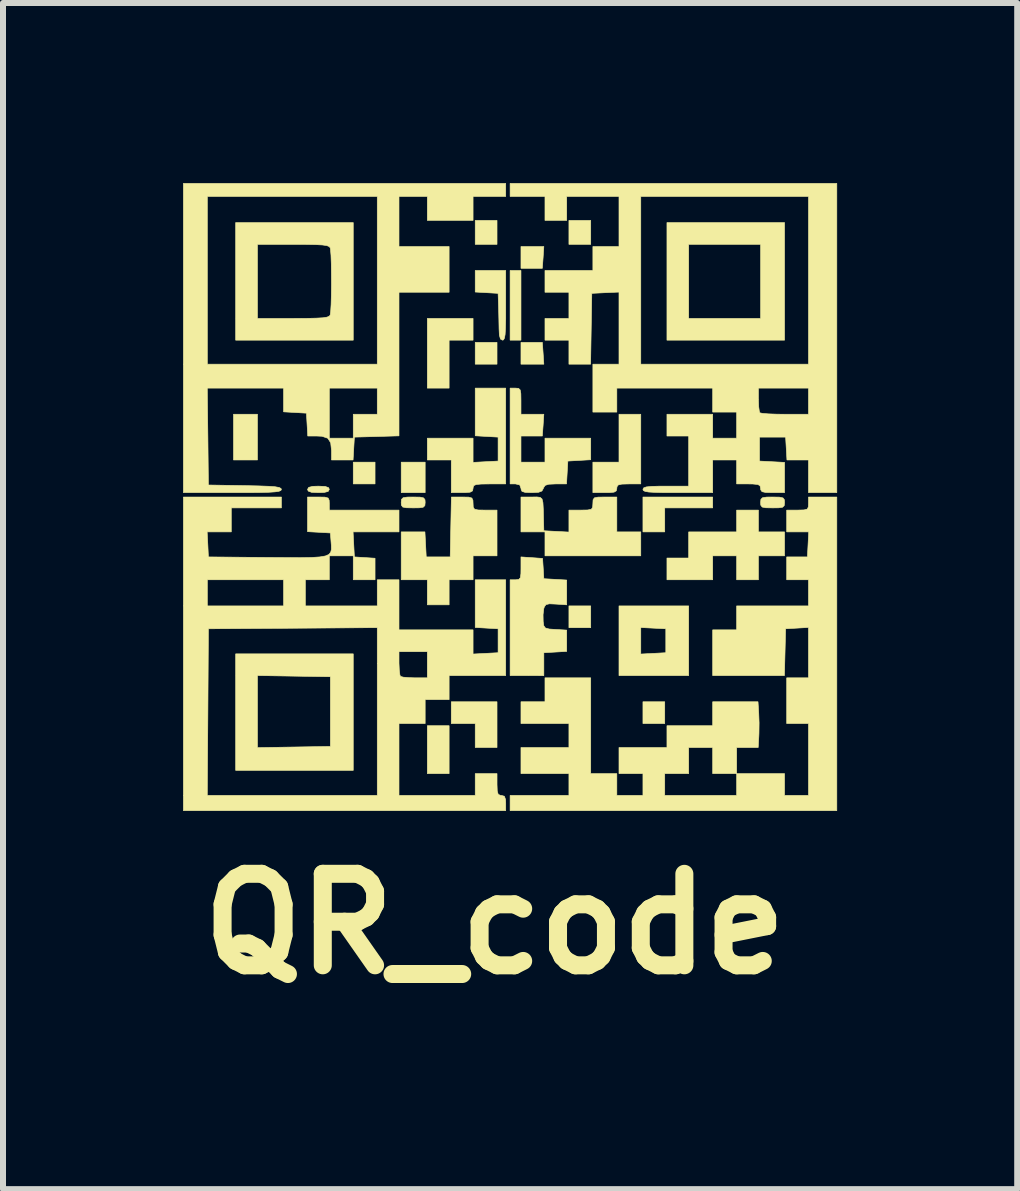
<source format=kicad_pcb>
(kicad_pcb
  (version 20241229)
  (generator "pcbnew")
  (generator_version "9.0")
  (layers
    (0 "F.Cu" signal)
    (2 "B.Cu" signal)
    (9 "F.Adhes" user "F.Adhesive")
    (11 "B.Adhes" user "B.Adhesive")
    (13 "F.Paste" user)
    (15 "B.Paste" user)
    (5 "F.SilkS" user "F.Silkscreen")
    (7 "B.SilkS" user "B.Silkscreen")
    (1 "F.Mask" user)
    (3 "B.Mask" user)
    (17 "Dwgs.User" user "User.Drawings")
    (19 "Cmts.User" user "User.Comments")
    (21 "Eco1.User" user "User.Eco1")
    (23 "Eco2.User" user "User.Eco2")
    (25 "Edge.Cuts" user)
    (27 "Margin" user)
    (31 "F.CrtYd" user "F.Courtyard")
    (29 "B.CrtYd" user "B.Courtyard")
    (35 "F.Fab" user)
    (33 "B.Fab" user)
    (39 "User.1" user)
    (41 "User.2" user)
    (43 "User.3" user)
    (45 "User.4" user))
  (footprint "QR_code"
    (layer "F.Cu")
    (at 5.448 5.23)
    (property "Reference" "QR_code" (at -0.254 7.112 0) (layer "F.SilkS") (effects (font (size 1.524 1.524) (thickness 0.3))))
    (attr through_hole)
    (fp_poly (pts (xy -4.209 -0.617) (xy -4.608 -0.617) (xy -4.608 -1.379) (xy -4.209 -1.379)) (stroke (width 0.01) (type solid)) (fill yes) (layer "F.SilkS"))
    (fp_poly (pts (xy -2.25 -0.218) (xy -2.613 -0.218) (xy -2.613 -0.581) (xy -2.25 -0.581)) (stroke (width 0.01) (type solid)) (fill yes) (layer "F.SilkS"))
    (fp_poly (pts (xy -1.415 -0.073) (xy -1.814 -0.073) (xy -1.814 -0.581) (xy -1.415 -0.581)) (stroke (width 0.01) (type solid)) (fill yes) (layer "F.SilkS"))
    (fp_poly (pts (xy -1.016 4.608) (xy -1.379 4.608) (xy -1.379 3.81) (xy -1.016 3.81)) (stroke (width 0.01) (type solid)) (fill yes) (layer "F.SilkS"))
    (fp_poly (pts (xy -0.218 -4.209) (xy -0.581 -4.209) (xy -0.581 -4.608) (xy -0.218 -4.608)) (stroke (width 0.01) (type solid)) (fill yes) (layer "F.SilkS"))
    (fp_poly (pts (xy -0.218 -2.213) (xy -0.581 -2.213) (xy -0.581 -2.576) (xy -0.218 -2.576)) (stroke (width 0.01) (type solid)) (fill yes) (layer "F.SilkS"))
    (fp_poly (pts (xy 0.181 -2.613) (xy 0 -2.613) (xy 0 -3.774) (xy 0.181 -3.774)) (stroke (width 0.01) (type solid)) (fill yes) (layer "F.SilkS"))
    (fp_poly (pts (xy 1.343 -4.209) (xy 0.98 -4.209) (xy 0.98 -4.608) (xy 1.343 -4.608)) (stroke (width 0.01) (type solid)) (fill yes) (layer "F.SilkS"))
    (fp_poly (pts (xy 1.343 2.177) (xy 0.98 2.177) (xy 0.98 1.814) (xy 1.343 1.814)) (stroke (width 0.01) (type solid)) (fill yes) (layer "F.SilkS"))
    (fp_poly (pts (xy 2.576 3.774) (xy 2.213 3.774) (xy 2.213 3.411) (xy 2.576 3.411)) (stroke (width 0.01) (type solid)) (fill yes) (layer "F.SilkS"))
    (fp_poly (pts (xy -0.617 -2.613) (xy -1.016 -2.613) (xy -1.016 -1.814) (xy -1.379 -1.814) (xy -1.379 -2.975) (xy -0.617 -2.975)) (stroke (width 0.01) (type solid)) (fill yes) (layer "F.SilkS"))
    (fp_poly (pts (xy -0.218 4.173) (xy -0.581 4.173) (xy -0.581 3.774) (xy -0.98 3.774) (xy -0.98 3.411) (xy -0.218 3.411)) (stroke (width 0.01) (type solid)) (fill yes) (layer "F.SilkS"))
    (fp_poly (pts (xy 0.55 -3.991) (xy 0.537 -3.81) (xy 0.181 -3.81) (xy 0.181 -4.173) (xy 0.372 -4.173) (xy 0.562 -4.173)) (stroke (width 0.01) (type solid)) (fill yes) (layer "F.SilkS"))
    (fp_poly (pts (xy 0.55 -2.395) (xy 0.562 -2.213) (xy 0.372 -2.213) (xy 0.181 -2.213) (xy 0.181 -2.576) (xy 0.537 -2.576)) (stroke (width 0.01) (type solid)) (fill yes) (layer "F.SilkS"))
    (fp_poly (pts (xy 3.375 0.181) (xy 2.576 0.181) (xy 2.576 0.581) (xy 2.213 0.581) (xy 2.213 0) (xy 3.375 0)) (stroke (width 0.01) (type solid)) (fill yes) (layer "F.SilkS"))
    (fp_poly (pts (xy 2.975 2.975) (xy 1.814 2.975) (xy 1.814 2.616) (xy 2.177 2.616) (xy 2.594 2.594) (xy 2.594 2.195) (xy 2.177 2.174) (xy 2.177 2.616) (xy 1.814 2.616) (xy 1.814 1.814) (xy 2.975 1.814)) (stroke (width 0.01) (type solid)) (fill yes) (layer "F.SilkS"))
    (fp_poly (pts (xy 4.572 -2.613) (xy 2.613 -2.613) (xy 2.613 -4.209) (xy 2.975 -4.209) (xy 2.975 -2.975) (xy 4.173 -2.975) (xy 4.173 -4.209) (xy 2.975 -4.209) (xy 2.613 -4.209) (xy 2.613 -4.572) (xy 4.572 -4.572)) (stroke (width 0.01) (type solid)) (fill yes) (layer "F.SilkS"))
    (fp_poly (pts (xy -3.079 -0.176) (xy -3.023 -0.155) (xy -3.012 -0.127) (xy -3.031 -0.093) (xy -3.098 -0.076) (xy -3.193 -0.073) (xy -3.307 -0.078) (xy -3.363 -0.099) (xy -3.375 -0.127) (xy -3.355 -0.161) (xy -3.288 -0.178) (xy -3.193 -0.181)) (stroke (width 0.01) (type solid)) (fill yes) (layer "F.SilkS"))
    (fp_poly (pts (xy -2.613 4.554) (xy -4.572 4.554) (xy -4.572 4.175) (xy -4.209 4.175) (xy -3.601 4.165) (xy -2.994 4.155) (xy -2.994 2.994) (xy -3.601 2.984) (xy -4.209 2.974) (xy -4.209 4.175) (xy -4.572 4.175) (xy -4.572 2.613) (xy -2.613 2.613)) (stroke (width 0.01) (type solid)) (fill yes) (layer "F.SilkS"))
    (fp_poly (pts (xy 2.177 -0.218) (xy 1.978 -0.218) (xy 1.862 -0.215) (xy 1.802 -0.201) (xy 1.78 -0.171) (xy 1.778 -0.145) (xy 1.769 -0.103) (xy 1.732 -0.081) (xy 1.648 -0.073) (xy 1.578 -0.073) (xy 1.379 -0.073) (xy 1.379 -0.581) (xy 1.814 -0.581) (xy 1.814 -1.379) (xy 2.177 -1.379)) (stroke (width 0.01) (type solid)) (fill yes) (layer "F.SilkS"))
    (fp_poly (pts (xy -1.5 0.002) (xy -1.441 0.015) (xy -1.418 0.045) (xy -1.415 0.091) (xy -1.42 0.143) (xy -1.448 0.17) (xy -1.515 0.18) (xy -1.615 0.181) (xy -1.729 0.179) (xy -1.789 0.167) (xy -1.811 0.136) (xy -1.814 0.091) (xy -1.809 0.039) (xy -1.782 0.012) (xy -1.714 0.001) (xy -1.615 0)) (stroke (width 0.01) (type solid)) (fill yes) (layer "F.SilkS"))
    (fp_poly (pts (xy 4.137 0.581) (xy 4.572 0.581) (xy 4.572 0.98) (xy 4.137 0.98) (xy 4.137 1.379) (xy 3.774 1.379) (xy 3.774 0.98) (xy 3.375 0.98) (xy 3.375 1.379) (xy 2.613 1.379) (xy 2.613 1.016) (xy 2.975 1.016) (xy 2.975 0.581) (xy 3.774 0.581) (xy 3.774 0.218) (xy 4.137 0.218)) (stroke (width 0.01) (type solid)) (fill yes) (layer "F.SilkS"))
    (fp_poly (pts (xy 4.487 0.002) (xy 4.546 0.015) (xy 4.569 0.045) (xy 4.572 0.091) (xy 4.567 0.143) (xy 4.539 0.17) (xy 4.472 0.18) (xy 4.372 0.181) (xy 4.258 0.179) (xy 4.199 0.167) (xy 4.176 0.136) (xy 4.173 0.091) (xy 4.178 0.039) (xy 4.205 0.012) (xy 4.273 0.001) (xy 4.372 0)) (stroke (width 0.01) (type solid)) (fill yes) (layer "F.SilkS"))
    (fp_poly (pts (xy -0.073 -3.193) (xy -0.073 -2.972) (xy -0.077 -2.814) (xy -0.083 -2.709) (xy -0.094 -2.647) (xy -0.11 -2.618) (xy -0.127 -2.613) (xy -0.161 -2.632) (xy -0.179 -2.699) (xy -0.184 -2.803) (xy -0.187 -2.96) (xy -0.191 -3.131) (xy -0.193 -3.193) (xy -0.2 -3.393) (xy -0.39 -3.404) (xy -0.581 -3.415) (xy -0.581 -3.774) (xy -0.073 -3.774)) (stroke (width 0.01) (type solid)) (fill yes) (layer "F.SilkS"))
    (fp_poly (pts (xy -0.073 -0.218) (xy -0.345 -0.218) (xy -0.484 -0.216) (xy -0.565 -0.208) (xy -0.605 -0.19) (xy -0.616 -0.158) (xy -0.617 -0.145) (xy -0.626 -0.102) (xy -0.667 -0.08) (xy -0.756 -0.073) (xy -0.798 -0.073) (xy -0.98 -0.073) (xy -0.98 -0.617) (xy -1.379 -0.617) (xy -1.379 -0.98) (xy -0.617 -0.98) (xy -0.617 -0.577) (xy -0.408 -0.588) (xy -0.2 -0.599) (xy -0.2 -0.998) (xy -0.39 -1.009) (xy -0.581 -1.02) (xy -0.581 -1.814) (xy -0.073 -1.814)) (stroke (width 0.01) (type solid)) (fill yes) (layer "F.SilkS"))
    (fp_poly (pts (xy -0.69 0.002) (xy -0.637 0.017) (xy -0.619 0.056) (xy -0.617 0.109) (xy -0.614 0.171) (xy -0.592 0.203) (xy -0.533 0.216) (xy -0.42 0.218) (xy -0.218 0.218) (xy -0.218 0.98) (xy -0.617 0.98) (xy -0.617 1.379) (xy -1.016 1.379) (xy -1.016 1.796) (xy -1.379 1.796) (xy -1.379 1.379) (xy -1.814 1.379) (xy -1.814 0.581) (xy -1.419 0.581) (xy -1.408 0.789) (xy -1.397 0.998) (xy -0.998 0.998) (xy -0.988 0.499) (xy -0.978 0) (xy -0.797 0)) (stroke (width 0.01) (type solid)) (fill yes) (layer "F.SilkS"))
    (fp_poly (pts (xy 0.501 0.006) (xy 0.532 0.033) (xy 0.547 0.094) (xy 0.553 0.202) (xy 0.557 0.363) (xy 0.562 0.562) (xy 0.98 0.584) (xy 0.98 0.218) (xy 1.179 0.218) (xy 1.293 0.216) (xy 1.353 0.204) (xy 1.375 0.172) (xy 1.379 0.111) (xy 1.379 0.109) (xy 1.382 0.047) (xy 1.404 0.014) (xy 1.463 0.002) (xy 1.575 0) (xy 1.778 0) (xy 1.778 0.581) (xy 2.177 0.581) (xy 2.177 0.98) (xy 0.581 0.98) (xy 0.581 0.581) (xy 0.181 0.581) (xy 0.181 0) (xy 0.363 0) (xy 0.447 -0.001)) (stroke (width 0.01) (type solid)) (fill yes) (layer "F.SilkS"))
    (fp_poly (pts (xy -2.613 -2.613) (xy -4.572 -2.613) (xy -4.572 -4.209) (xy -4.209 -4.209) (xy -4.209 -2.975) (xy -3.614 -2.975) (xy -3.39 -2.976) (xy -3.228 -2.98) (xy -3.117 -2.986) (xy -3.049 -2.997) (xy -3.012 -3.013) (xy -2.997 -3.033) (xy -2.989 -3.092) (xy -2.982 -3.208) (xy -2.978 -3.362) (xy -2.976 -3.538) (xy -2.977 -3.719) (xy -2.979 -3.888) (xy -2.984 -4.028) (xy -2.992 -4.123) (xy -2.997 -4.152) (xy -3.015 -4.173) (xy -3.055 -4.189) (xy -3.127 -4.199) (xy -3.242 -4.205) (xy -3.411 -4.208) (xy -3.614 -4.209) (xy -4.209 -4.209) (xy -4.572 -4.209) (xy -4.572 -4.572) (xy -2.613 -4.572)) (stroke (width 0.01) (type solid)) (fill yes) (layer "F.SilkS"))
    (fp_poly (pts (xy 0.541 1.023) (xy 0.552 1.192) (xy 0.562 1.361) (xy 0.753 1.372) (xy 0.943 1.383) (xy 0.943 1.589) (xy 0.943 1.796) (xy 0.764 1.784) (xy 0.655 1.779) (xy 0.598 1.792) (xy 0.571 1.829) (xy 0.561 1.86) (xy 0.549 1.961) (xy 0.551 2.072) (xy 0.561 2.144) (xy 0.588 2.182) (xy 0.65 2.199) (xy 0.753 2.206) (xy 0.943 2.217) (xy 0.943 2.572) (xy 0.753 2.583) (xy 0.562 2.594) (xy 0.562 2.976) (xy 0.281 2.975) (xy 0 2.975) (xy 0 1.379) (xy 0.091 1.379) (xy 0.144 1.373) (xy 0.171 1.345) (xy 0.18 1.275) (xy 0.181 1.188) (xy 0.181 0.998)) (stroke (width 0.01) (type solid)) (fill yes) (layer "F.SilkS"))
    (fp_poly (pts (xy 0.141 -1.81) (xy 0.168 -1.784) (xy 0.179 -1.722) (xy 0.181 -1.604) (xy 0.181 -1.597) (xy 0.181 -1.379) (xy 0.372 -1.379) (xy 0.562 -1.379) (xy 0.55 -1.197) (xy 0.537 -1.016) (xy 0.181 -1.016) (xy 0.181 -0.581) (xy 0.581 -0.581) (xy 0.581 -0.98) (xy 1.343 -0.98) (xy 1.343 -0.621) (xy 1.152 -0.61) (xy 0.962 -0.599) (xy 0.951 -0.408) (xy 0.94 -0.218) (xy 0.757 -0.218) (xy 0.644 -0.213) (xy 0.584 -0.194) (xy 0.557 -0.153) (xy 0.555 -0.145) (xy 0.53 -0.1) (xy 0.475 -0.079) (xy 0.368 -0.073) (xy 0.359 -0.073) (xy 0.251 -0.077) (xy 0.198 -0.094) (xy 0.182 -0.131) (xy 0.181 -0.145) (xy 0.16 -0.202) (xy 0.091 -0.218) (xy 0 -0.218) (xy 0 -1.814) (xy 0.091 -1.814)) (stroke (width 0.01) (type solid)) (fill yes) (layer "F.SilkS"))
    (fp_poly (pts (xy -0.073 -5.007) (xy -0.617 -5.007) (xy -0.617 -4.608) (xy -1.379 -4.608) (xy -1.379 -5.007) (xy -1.851 -5.007) (xy -1.851 -4.173) (xy -1.016 -4.173) (xy -1.016 -3.411) (xy -1.851 -3.411) (xy -1.851 -1.019) (xy -2.223 -1.008) (xy -2.594 -0.998) (xy -2.605 -0.807) (xy -2.616 -0.617) (xy -2.975 -0.617) (xy -2.975 -0.773) (xy -2.989 -0.904) (xy -3.037 -0.979) (xy -3.133 -1.012) (xy -3.217 -1.016) (xy -3.371 -1.016) (xy -3.393 -1.397) (xy -3.583 -1.408) (xy -3.774 -1.419) (xy -3.774 -1.814) (xy -3.012 -1.814) (xy -3.012 -0.98) (xy -2.613 -0.98) (xy -2.613 -1.379) (xy -2.213 -1.379) (xy -2.213 -1.814) (xy -3.012 -1.814) (xy -3.774 -1.814) (xy -5.045 -1.814) (xy -5.035 -1.007) (xy -5.026 -0.2) (xy -4.418 -0.19) (xy -4.19 -0.185) (xy -4.025 -0.179) (xy -3.915 -0.171) (xy -3.848 -0.159) (xy -3.817 -0.143) (xy -3.81 -0.126) (xy -3.819 -0.109) (xy -3.852 -0.095) (xy -3.916 -0.086) (xy -4.021 -0.079) (xy -4.174 -0.075) (xy -4.384 -0.073) (xy -4.626 -0.073) (xy -5.443 -0.073) (xy -5.443 -5.007) (xy -5.044 -5.007) (xy -5.044 -2.213) (xy -2.213 -2.213) (xy -2.213 -5.007) (xy -5.044 -5.007) (xy -5.443 -5.007) (xy -5.443 -5.225) (xy -0.073 -5.225)) (stroke (width 0.01) (type solid)) (fill yes) (layer "F.SilkS"))
    (fp_poly (pts (xy 5.443 5.225) (xy 0 5.225) (xy 0 4.971) (xy 0.98 4.971) (xy 0.98 4.608) (xy 0.181 4.608) (xy 0.181 4.173) (xy 0.98 4.173) (xy 0.98 3.774) (xy 0.181 3.774) (xy 0.181 3.411) (xy 0.581 3.411) (xy 0.581 3.012) (xy 1.343 3.012) (xy 1.343 4.608) (xy 1.778 4.608) (xy 1.778 4.971) (xy 2.213 4.971) (xy 2.213 4.608) (xy 2.576 4.608) (xy 2.576 4.971) (xy 3.774 4.971) (xy 3.774 4.608) (xy 3.375 4.608) (xy 3.375 4.173) (xy 2.975 4.173) (xy 2.975 4.608) (xy 2.576 4.608) (xy 2.213 4.608) (xy 1.814 4.608) (xy 1.814 4.173) (xy 2.613 4.173) (xy 2.613 3.81) (xy 3.375 3.81) (xy 3.375 3.411) (xy 4.13 3.411) (xy 4.142 3.601) (xy 4.148 3.761) (xy 4.146 3.931) (xy 4.144 3.982) (xy 4.133 4.173) (xy 3.774 4.173) (xy 3.774 4.608) (xy 4.572 4.608) (xy 4.572 4.971) (xy 4.971 4.971) (xy 4.971 3.774) (xy 4.608 3.774) (xy 4.608 3.012) (xy 4.971 3.012) (xy 4.971 2.173) (xy 4.781 2.184) (xy 4.59 2.195) (xy 4.58 2.585) (xy 4.57 2.975) (xy 3.375 2.975) (xy 3.375 2.213) (xy 3.774 2.213) (xy 3.774 1.814) (xy 4.971 1.814) (xy 4.971 1.379) (xy 4.608 1.379) (xy 4.608 1.188) (xy 4.608 0.998) (xy 4.953 0.998) (xy 4.964 0.789) (xy 4.975 0.581) (xy 4.608 0.581) (xy 4.608 0.218) (xy 4.79 0.218) (xy 4.897 0.215) (xy 4.951 0.201) (xy 4.969 0.163) (xy 4.971 0.109) (xy 4.971 0) (xy 5.443 0)) (stroke (width 0.01) (type solid)) (fill yes) (layer "F.SilkS"))
    (fp_poly (pts (xy 5.443 -0.073) (xy 4.971 -0.073) (xy 4.971 -0.617) (xy 4.612 -0.617) (xy 4.601 -0.807) (xy 4.59 -0.998) (xy 4.155 -0.998) (xy 4.155 -0.599) (xy 4.363 -0.588) (xy 4.572 -0.577) (xy 4.572 -0.073) (xy 4.372 -0.073) (xy 4.257 -0.076) (xy 4.197 -0.089) (xy 4.175 -0.12) (xy 4.173 -0.145) (xy 4.164 -0.187) (xy 4.127 -0.209) (xy 4.043 -0.217) (xy 3.973 -0.218) (xy 3.774 -0.218) (xy 3.774 -0.617) (xy 3.375 -0.617) (xy 3.375 -0.073) (xy 2.794 -0.073) (xy 2.573 -0.073) (xy 2.415 -0.077) (xy 2.31 -0.083) (xy 2.248 -0.094) (xy 2.219 -0.11) (xy 2.213 -0.127) (xy 2.225 -0.152) (xy 2.268 -0.168) (xy 2.354 -0.177) (xy 2.494 -0.181) (xy 2.594 -0.181) (xy 2.975 -0.181) (xy 2.975 -1.016) (xy 2.613 -1.016) (xy 2.613 -1.379) (xy 3.375 -1.379) (xy 3.375 -0.98) (xy 3.774 -0.98) (xy 3.774 -1.415) (xy 3.375 -1.415) (xy 3.375 -1.814) (xy 4.137 -1.814) (xy 4.137 -1.621) (xy 4.141 -1.508) (xy 4.152 -1.427) (xy 4.161 -1.403) (xy 4.205 -1.393) (xy 4.306 -1.385) (xy 4.447 -1.38) (xy 4.578 -1.379) (xy 4.971 -1.379) (xy 4.971 -1.814) (xy 4.137 -1.814) (xy 3.375 -1.814) (xy 1.778 -1.814) (xy 1.778 -1.415) (xy 1.379 -1.415) (xy 1.379 -2.213) (xy 1.814 -2.213) (xy 1.814 -3.414) (xy 1.587 -3.404) (xy 1.361 -3.393) (xy 1.351 -2.803) (xy 1.341 -2.213) (xy 0.98 -2.213) (xy 0.98 -2.613) (xy 0.581 -2.613) (xy 0.581 -2.975) (xy 0.98 -2.975) (xy 0.98 -3.411) (xy 0.581 -3.411) (xy 0.581 -3.774) (xy 1.379 -3.774) (xy 1.379 -4.173) (xy 1.814 -4.173) (xy 1.814 -5.007) (xy 2.177 -5.007) (xy 2.177 -2.213) (xy 4.971 -2.213) (xy 4.971 -5.007) (xy 2.177 -5.007) (xy 1.814 -5.007) (xy 0.943 -5.007) (xy 0.943 -4.608) (xy 0.581 -4.608) (xy 0.581 -5.007) (xy 0 -5.007) (xy 0 -5.225) (xy 5.443 -5.225)) (stroke (width 0.01) (type solid)) (fill yes) (layer "F.SilkS"))
    (fp_poly (pts (xy -3.81 0.181) (xy -4.645 0.181) (xy -4.645 0.581) (xy -5.047 0.581) (xy -5.036 0.789) (xy -5.026 0.998) (xy -4.041 1.007) (xy -3.733 1.009) (xy -3.491 1.01) (xy -3.306 1.007) (xy -3.17 0.998) (xy -3.077 0.982) (xy -3.019 0.957) (xy -2.989 0.92) (xy -2.977 0.872) (xy -2.978 0.808) (xy -2.982 0.756) (xy -2.994 0.599) (xy -3.375 0.577) (xy -3.375 0) (xy -3.193 0) (xy -3.086 0.002) (xy -3.032 0.017) (xy -3.014 0.055) (xy -3.012 0.109) (xy -3.012 0.218) (xy -1.851 0.218) (xy -1.851 0.581) (xy -2.616 0.581) (xy -2.605 0.789) (xy -2.594 0.998) (xy -2.25 1.02) (xy -2.25 1.379) (xy -2.613 1.379) (xy -2.613 0.98) (xy -3.012 0.98) (xy -3.012 1.379) (xy -3.411 1.379) (xy -3.411 1.814) (xy -2.213 1.814) (xy -2.213 1.379) (xy -1.851 1.379) (xy -1.851 2.213) (xy -0.617 2.213) (xy -0.617 2.616) (xy -0.408 2.605) (xy -0.2 2.594) (xy -0.2 2.195) (xy -0.39 2.184) (xy -0.581 2.173) (xy -0.581 1.379) (xy -0.073 1.379) (xy -0.073 2.975) (xy -1.016 2.975) (xy -1.016 3.375) (xy -1.415 3.375) (xy -1.415 3.774) (xy -1.851 3.774) (xy -1.851 4.971) (xy -0.581 4.971) (xy -0.581 4.608) (xy -0.218 4.608) (xy -0.218 4.79) (xy -0.214 4.899) (xy -0.198 4.953) (xy -0.162 4.97) (xy -0.145 4.971) (xy -0.095 4.985) (xy -0.075 5.041) (xy -0.073 5.098) (xy -0.073 5.225) (xy -5.443 5.225) (xy -5.443 4.971) (xy -5.045 4.971) (xy -2.213 4.971) (xy -2.213 2.576) (xy -1.851 2.576) (xy -1.851 2.77) (xy -1.846 2.883) (xy -1.836 2.964) (xy -1.826 2.988) (xy -1.78 3.001) (xy -1.684 3.009) (xy -1.591 3.012) (xy -1.379 3.012) (xy -1.379 2.576) (xy -1.851 2.576) (xy -2.213 2.576) (xy -2.213 2.176) (xy -3.619 2.186) (xy -5.026 2.195) (xy -5.035 3.583) (xy -5.045 4.971) (xy -5.443 4.971) (xy -5.443 1.379) (xy -5.044 1.379) (xy -5.044 1.814) (xy -3.774 1.814) (xy -3.774 1.379) (xy -5.044 1.379) (xy -5.443 1.379) (xy -5.443 0) (xy -3.81 0)) (stroke (width 0.01) (type solid)) (fill yes) (layer "F.SilkS")))
  (gr_rect
    (start -3 -3)
    (end 13.896 16.76)
    (stroke (width 0.1) (type default))
    (fill no)
    (layer "Edge.Cuts")))
</source>
